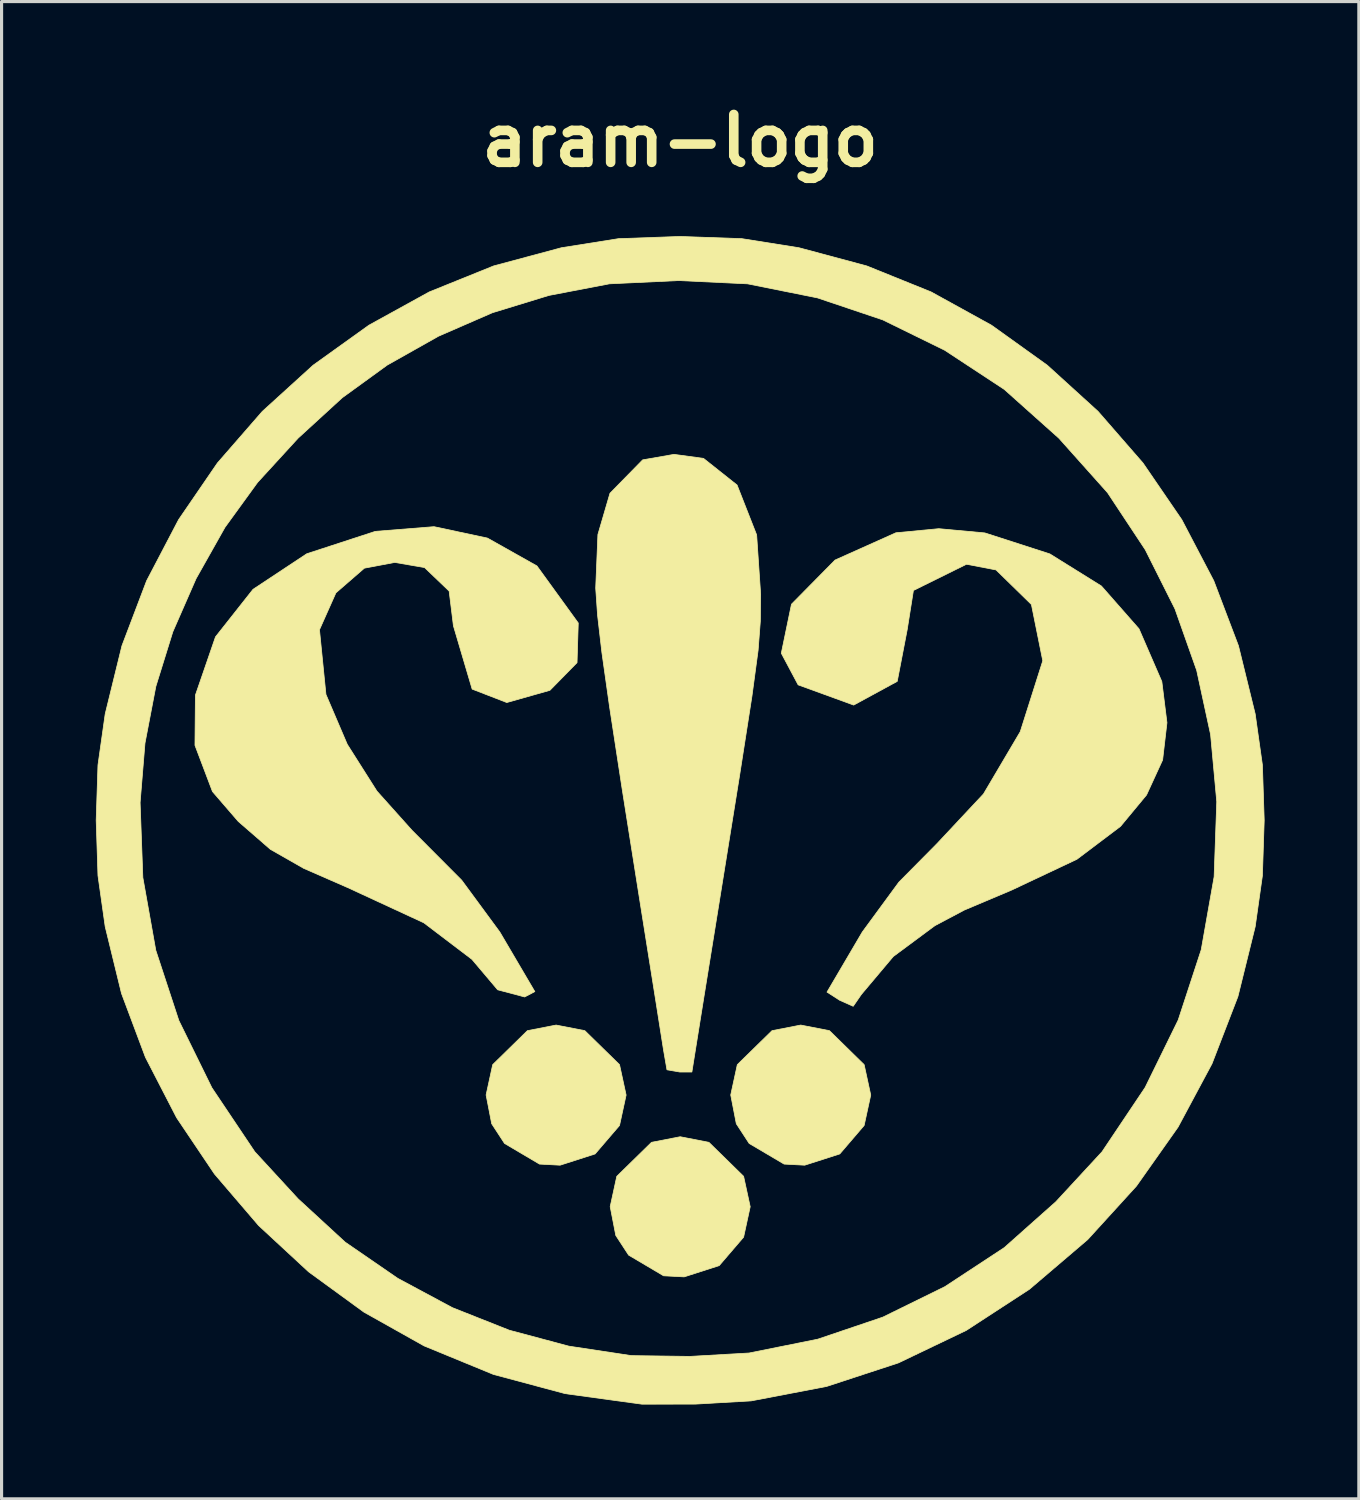
<source format=kicad_pcb>
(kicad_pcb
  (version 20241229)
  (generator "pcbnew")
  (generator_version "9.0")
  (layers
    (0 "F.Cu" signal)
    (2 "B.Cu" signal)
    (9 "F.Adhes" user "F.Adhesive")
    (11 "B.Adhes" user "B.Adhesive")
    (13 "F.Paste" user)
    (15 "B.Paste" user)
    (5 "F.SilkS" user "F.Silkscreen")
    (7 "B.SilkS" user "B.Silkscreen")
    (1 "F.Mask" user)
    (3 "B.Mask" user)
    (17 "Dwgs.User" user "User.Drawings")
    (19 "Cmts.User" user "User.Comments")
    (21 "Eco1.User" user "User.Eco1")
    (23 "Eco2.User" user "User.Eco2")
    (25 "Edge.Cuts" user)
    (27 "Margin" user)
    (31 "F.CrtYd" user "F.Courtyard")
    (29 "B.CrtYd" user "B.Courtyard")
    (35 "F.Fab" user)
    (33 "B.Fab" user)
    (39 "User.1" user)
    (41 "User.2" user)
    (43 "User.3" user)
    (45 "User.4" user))
  (footprint "aram-logo"
    (layer "F.Cu")
    (at 18.597 23.08)
    (property "Reference" "aram-logo" (at 0 -21.653 0) (layer "F.SilkS") (effects (font (size 1.524 1.524) (thickness 0.305))))
    (attr smd)
    (fp_poly (pts (xy -4.478 10.917) (xy -5.59 10.26) (xy -5.999 9.633) (xy -6.177 8.717) (xy -5.967 7.752) (xy -4.862 6.67) (xy -3.949 6.492) (xy -3.036 6.67) (xy -1.931 7.752) (xy -1.721 8.72) (xy -1.931 9.688) (xy -2.708 10.594) (xy -3.822 10.952) (xy -4.478 10.917)) (stroke (width 0.023) (type solid)) (fill yes) (layer "F.SilkS"))
    (fp_poly (pts (xy -0.529 14.472) (xy -1.641 13.814) (xy -2.05 13.187) (xy -2.228 12.271) (xy -2.018 11.306) (xy -0.913 10.224) (xy -0.000001 10.046) (xy 0.913 10.224) (xy 2.018 11.306) (xy 2.228 12.274) (xy 2.018 13.242) (xy 1.241 14.148) (xy 0.127 14.506) (xy -0.529 14.472)) (stroke (width 0.023) (type solid)) (fill yes) (layer "F.SilkS"))
    (fp_poly (pts (xy 3.307 10.917) (xy 2.195 10.26) (xy 1.786 9.633) (xy 1.608 8.717) (xy 1.818 7.752) (xy 2.923 6.67) (xy 3.836 6.492) (xy 4.749 6.67) (xy 5.854 7.752) (xy 6.064 8.72) (xy 5.854 9.688) (xy 5.078 10.594) (xy 3.963 10.952) (xy 3.307 10.917)) (stroke (width 0.023) (type solid)) (fill yes) (layer "F.SilkS"))
    (fp_poly (pts (xy -0.421 7.916) (xy -0.531 7.282) (xy -0.782 5.69) (xy -1.265 2.656) (xy -1.847 -1.02) (xy -2.244 -3.611) (xy -2.493 -5.372) (xy -2.63 -6.556) (xy -2.689 -7.414) (xy -2.619 -9.119) (xy -2.235 -10.432) (xy -1.194 -11.495) (xy -0.197 -11.67) (xy 0.742 -11.542) (xy 1.81 -10.694) (xy 2.433 -9.107) (xy 2.56 -7.217) (xy 2.55 -6.355) (xy 2.48 -5.437) (xy 2.283 -3.971) (xy 1.892 -1.465) (xy 1.243 2.571) (xy 0.766 5.528) (xy 0.496 7.211) (xy 0.372 7.987) (xy -0.013 7.987) (xy -0.421 7.916)) (stroke (width 0.023) (type solid)) (fill yes) (layer "F.SilkS"))
    (fp_poly (pts (xy -5.809 5.37) (xy -6.627 4.402) (xy -8.159 3.238) (xy -10.578 2.119) (xy -11.98 1.506) (xy -13.041 0.901) (xy -14.066 0.01) (xy -14.885 -0.939) (xy -15.442 -2.41) (xy -15.428 -4.008) (xy -14.789 -5.862) (xy -13.594 -7.375) (xy -11.884 -8.507) (xy -9.701 -9.22) (xy -7.834 -9.369) (xy -6.135 -9.006) (xy -4.56 -8.12) (xy -3.244 -6.304) (xy -3.283 -5.041) (xy -4.147 -4.16) (xy -5.519 -3.772) (xy -6.621 -4.199) (xy -7.217 -6.214) (xy -7.353 -7.318) (xy -8.136 -8.068) (xy -9.084 -8.231) (xy -10.052 -8.048) (xy -10.957 -7.262) (xy -11.48 -6.089) (xy -11.274 -4.029) (xy -10.596 -2.443) (xy -9.651 -0.952) (xy -8.534 0.296) (xy -6.954 1.882) (xy -5.74 3.532) (xy -4.626 5.427) (xy -4.95 5.598) (xy -5.809 5.37)) (stroke (width 0.023) (type solid)) (fill yes) (layer "F.SilkS"))
    (fp_poly (pts (xy 5.077 5.704) (xy 4.672 5.443) (xy 5.796 3.53) (xy 6.96 1.944) (xy 8.176 0.715) (xy 9.652 -0.862) (xy 10.823 -2.845) (xy 11.539 -5.101) (xy 11.178 -6.891) (xy 10.052 -7.992) (xy 9.112 -8.173) (xy 7.422 -7.338) (xy 7.224 -6.089) (xy 6.907 -4.445) (xy 5.521 -3.691) (xy 3.754 -4.334) (xy 3.218 -5.341) (xy 3.542 -6.902) (xy 4.929 -8.307) (xy 6.865 -9.175) (xy 8.231 -9.305) (xy 9.696 -9.17) (xy 11.764 -8.502) (xy 13.405 -7.48) (xy 14.6 -6.12) (xy 15.328 -4.44) (xy 15.491 -3.13) (xy 15.353 -1.944) (xy 14.841 -0.83) (xy 14.013 0.169) (xy 12.626 1.216) (xy 10.549 2.196) (xy 9.039 2.834) (xy 8.104 3.33) (xy 6.781 4.311) (xy 5.766 5.517) (xy 5.506 5.895) (xy 5.077 5.704) (xy 5.077 5.704)) (stroke (width 0.023) (type solid)) (fill yes) (layer "F.SilkS"))
    (fp_poly (pts (xy 2.193 16.929) (xy -1.213 18.558) (xy -3.657 18.223) (xy -5.943 17.611) (xy -8.152 16.702) (xy -10.067 15.627) (xy -11.826 14.345) (xy -13.416 12.873) (xy -14.821 11.232) (xy -16.026 9.441) (xy -17.018 7.519) (xy -17.78 5.486) (xy -18.299 3.361) (xy -18.529 1.734) (xy -18.586 -0.024) (xy -18.529 -1.782) (xy -18.299 -3.409) (xy -17.766 -5.58) (xy -16.981 -7.647) (xy -15.963 -9.592) (xy -14.728 -11.395) (xy -13.296 -13.04) (xy -11.682 -14.507) (xy -9.907 -15.78) (xy -7.986 -16.839) (xy -5.937 -17.667) (xy -3.78 -18.246) (xy -1.962 -18.535) (xy -0.000001 -18.605) (xy 1.962 -18.535) (xy 3.78 -18.246) (xy 5.937 -17.667) (xy 7.986 -16.839) (xy 9.907 -15.78) (xy 11.682 -14.507) (xy 13.296 -13.04) (xy 14.728 -11.395) (xy 15.963 -9.592) (xy 16.981 -7.647) (xy 17.766 -5.58) (xy 18.299 -3.409) (xy 18.529 -1.782) (xy 18.586 -0.024) (xy 18.529 1.734) (xy 18.299 3.361) (xy 17.749 5.585) (xy 16.925 7.721) (xy 15.844 9.74) (xy 14.52 11.616) (xy 12.968 13.32) (xy 11.115 14.9) (xy 9.104 16.21) (xy 6.947 17.243) (xy 4.66 17.993) (xy 2.257 18.453) (xy 0.491 18.555) (xy -1.213 18.558) (xy 2.193 16.929) (xy 4.375 16.49) (xy 6.448 15.788) (xy 8.423 14.818) (xy 10.314 13.575) (xy 11.957 12.114) (xy 13.425 10.525) (xy 14.796 8.48) (xy 15.849 6.333) (xy 16.582 4.095) (xy 16.992 1.775) (xy 17.076 -0.616) (xy 16.88 -2.751) (xy 16.438 -4.793) (xy 15.746 -6.752) (xy 14.801 -8.635) (xy 13.6 -10.451) (xy 12.05 -12.186) (xy 10.314 -13.737) (xy 8.418 -14.984) (xy 6.446 -15.951) (xy 4.366 -16.651) (xy 2.144 -17.097) (xy -0.056 -17.201) (xy -2.257 -17.097) (xy -4.179 -16.728) (xy -5.978 -16.177) (xy -7.691 -15.431) (xy -9.324 -14.511) (xy -10.753 -13.474) (xy -12.161 -12.185) (xy -13.45 -10.777) (xy -14.487 -9.348) (xy -15.407 -7.715) (xy -16.146 -6.026) (xy -16.687 -4.287) (xy -17.033 -2.48) (xy -17.188 -0.588) (xy -17.101 1.799) (xy -16.689 4.114) (xy -15.956 6.347) (xy -14.904 8.488) (xy -13.538 10.525) (xy -12.16 12.023) (xy -10.662 13.401) (xy -8.99 14.552) (xy -7.252 15.485) (xy -5.439 16.204) (xy -3.542 16.711) (xy -1.553 17.012) (xy 0.311 17.037) (xy 2.193 16.929)) (stroke (width 0.023) (type solid)) (fill yes) (layer "F.SilkS")))
  (gr_rect
    (start -3 -3)
    (end 40.195 44.649)
    (stroke (width 0.1) (type default))
    (fill no)
    (layer "Edge.Cuts")))
</source>
